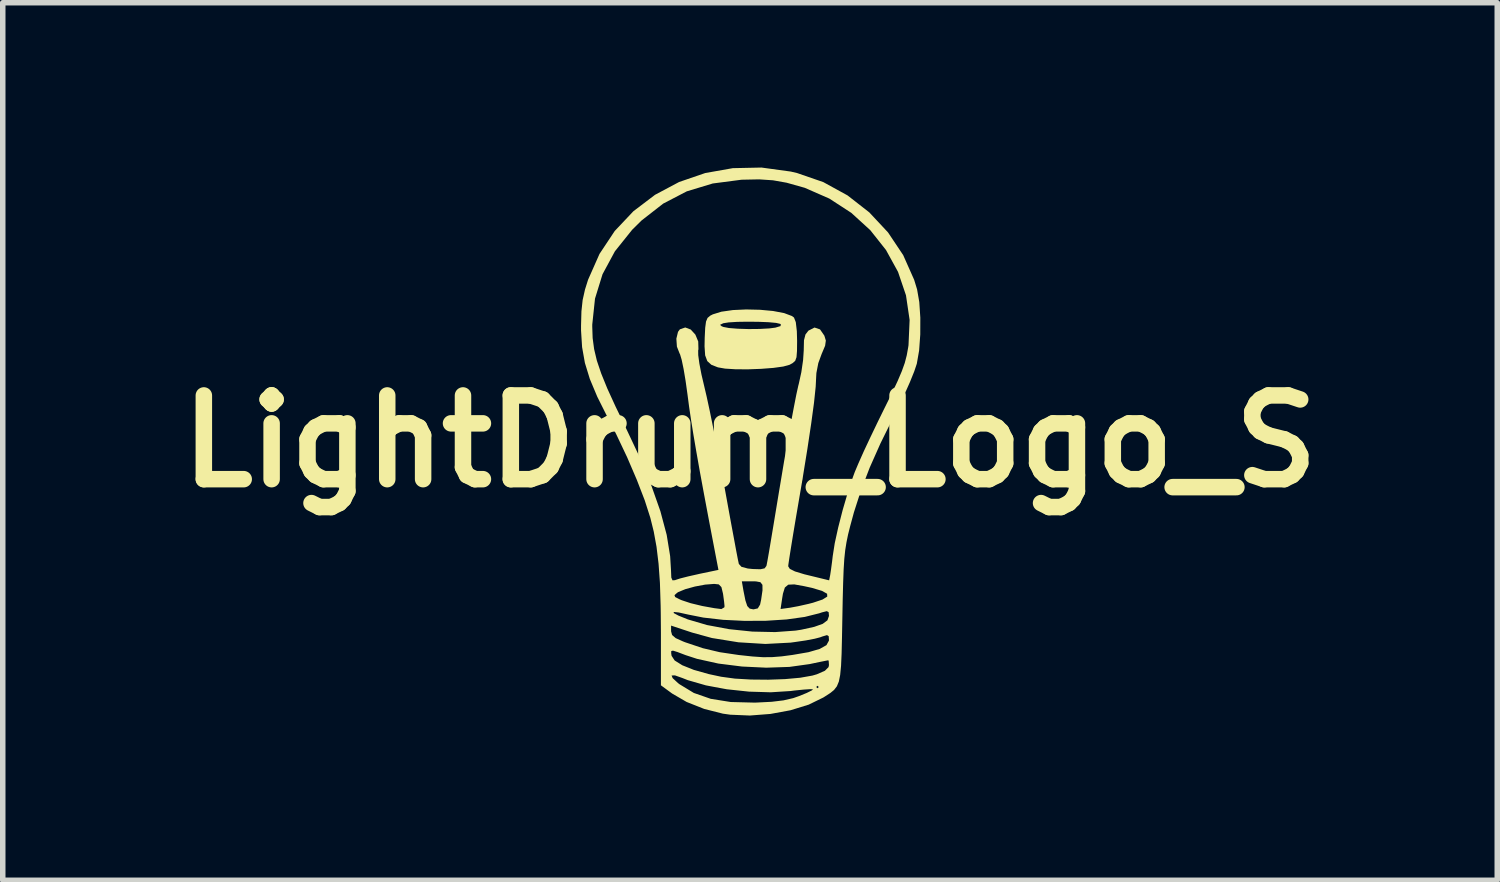
<source format=kicad_pcb>
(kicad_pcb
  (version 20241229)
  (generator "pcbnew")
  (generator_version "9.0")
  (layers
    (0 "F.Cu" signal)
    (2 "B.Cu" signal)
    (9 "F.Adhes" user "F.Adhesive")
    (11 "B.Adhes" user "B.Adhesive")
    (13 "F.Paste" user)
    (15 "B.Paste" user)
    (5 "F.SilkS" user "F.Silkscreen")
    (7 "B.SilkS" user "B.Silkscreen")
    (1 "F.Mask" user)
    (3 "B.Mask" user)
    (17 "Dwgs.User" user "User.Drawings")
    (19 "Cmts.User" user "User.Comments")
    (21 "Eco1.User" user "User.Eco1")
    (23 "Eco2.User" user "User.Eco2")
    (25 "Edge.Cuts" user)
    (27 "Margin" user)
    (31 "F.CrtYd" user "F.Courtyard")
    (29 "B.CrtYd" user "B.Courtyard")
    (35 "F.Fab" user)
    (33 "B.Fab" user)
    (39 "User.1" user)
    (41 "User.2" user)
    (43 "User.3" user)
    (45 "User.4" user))
  (footprint "LightDrum_Logo_S"
    (layer "F.Cu")
    (at 10.603 4.983)
    (property "Reference" "LightDrum_Logo_S" (at 0 0 0) (layer "F.SilkS") (effects (font (size 1.524 1.524) (thickness 0.3))))
    (attr board_only exclude_from_pos_files exclude_from_bom)
    (fp_poly (pts (xy 0.182 -2.394) (xy 0.419 -2.372) (xy 0.62 -2.334) (xy 0.761 -2.281) (xy 0.8 -2.253) (xy 0.833 -2.169) (xy 0.852 -2.006) (xy 0.857 -1.828) (xy 0.855 -1.644) (xy 0.846 -1.531) (xy 0.822 -1.464) (xy 0.775 -1.423) (xy 0.718 -1.392) (xy 0.605 -1.361) (xy 0.425 -1.336) (xy 0.204 -1.319) (xy -0.034 -1.31) (xy -0.261 -1.311) (xy -0.454 -1.323) (xy -0.585 -1.346) (xy -0.704 -1.393) (xy -0.778 -1.46) (xy -0.817 -1.565) (xy -0.828 -1.729) (xy -0.825 -1.884) (xy -0.816 -2.067) (xy -0.809 -2.12) (xy -0.546 -2.12) (xy -0.516 -2.094) (xy -0.483 -2.081) (xy -0.384 -2.062) (xy -0.222 -2.049) (xy -0.026 -2.043) (xy 0.176 -2.045) (xy 0.354 -2.055) (xy 0.461 -2.069) (xy 0.555 -2.097) (xy 0.561 -2.129) (xy 0.548 -2.138) (xy 0.475 -2.155) (xy 0.335 -2.168) (xy 0.153 -2.175) (xy -0.046 -2.177) (xy -0.235 -2.174) (xy -0.391 -2.164) (xy -0.486 -2.149) (xy -0.491 -2.147) (xy -0.546 -2.12) (xy -0.809 -2.12) (xy -0.801 -2.18) (xy -0.773 -2.246) (xy -0.724 -2.287) (xy -0.677 -2.311) (xy -0.521 -2.359) (xy -0.311 -2.389) (xy -0.069 -2.4)) (stroke (width 0) (type solid)) (fill yes) (layer "F.SilkS"))
    (fp_poly (pts (xy 0.742 -4.91) (xy 0.857 -4.883) (xy 1.334 -4.718) (xy 1.775 -4.476) (xy 2.171 -4.167) (xy 2.512 -3.802) (xy 2.788 -3.389) (xy 2.988 -2.939) (xy 3.041 -2.765) (xy 3.081 -2.535) (xy 3.1 -2.25) (xy 3.099 -1.944) (xy 3.078 -1.653) (xy 3.036 -1.412) (xy 2.99 -1.274) (xy 2.91 -1.076) (xy 2.805 -0.84) (xy 2.684 -0.587) (xy 2.618 -0.456) (xy 2.375 0.037) (xy 2.179 0.478) (xy 2.021 0.89) (xy 1.891 1.294) (xy 1.824 1.541) (xy 1.785 1.696) (xy 1.756 1.837) (xy 1.733 1.98) (xy 1.716 2.141) (xy 1.704 2.334) (xy 1.695 2.576) (xy 1.687 2.882) (xy 1.681 3.198) (xy 1.674 3.571) (xy 1.667 3.864) (xy 1.657 4.087) (xy 1.641 4.253) (xy 1.617 4.373) (xy 1.581 4.46) (xy 1.53 4.526) (xy 1.463 4.581) (xy 1.375 4.638) (xy 1.336 4.663) (xy 1.068 4.794) (xy 0.737 4.896) (xy 0.372 4.963) (xy -0.003 4.992) (xy -0.359 4.977) (xy -0.494 4.958) (xy -0.834 4.872) (xy -1.154 4.745) (xy -1.419 4.591) (xy -1.427 4.585) (xy -1.622 4.442) (xy -1.622 4.263) (xy -1.428 4.263) (xy -1.409 4.311) (xy -1.31 4.402) (xy -1.286 4.421) (xy -1.023 4.581) (xy -0.715 4.688) (xy -0.351 4.746) (xy 0.082 4.757) (xy 0.116 4.756) (xy 0.394 4.742) (xy 0.609 4.716) (xy 0.787 4.675) (xy 0.895 4.637) (xy 1.032 4.581) (xy 1.123 4.536) (xy 1.147 4.515) (xy 1.096 4.512) (xy 0.975 4.52) (xy 0.807 4.537) (xy 0.738 4.546) (xy 0.377 4.569) (xy -0.019 4.557) (xy -0.423 4.514) (xy -0.645 4.473) (xy 1.205 4.473) (xy 1.228 4.496) (xy 1.251 4.473) (xy 1.228 4.45) (xy 1.205 4.473) (xy -0.645 4.473) (xy -0.803 4.443) (xy -1.133 4.348) (xy -1.229 4.31) (xy -1.367 4.261) (xy -1.428 4.263) (xy -1.622 4.263) (xy -1.622 3.859) (xy -1.435 3.859) (xy -1.428 3.905) (xy -1.372 3.99) (xy -1.233 4.077) (xy -1.023 4.161) (xy -0.75 4.238) (xy -0.525 4.286) (xy -0.275 4.32) (xy 0.019 4.337) (xy 0.331 4.34) (xy 0.638 4.329) (xy 0.914 4.304) (xy 1.135 4.265) (xy 1.217 4.241) (xy 1.363 4.177) (xy 1.429 4.111) (xy 1.437 4.074) (xy 1.432 4.001) (xy 1.425 3.986) (xy 1.378 3.995) (xy 1.263 4.018) (xy 1.106 4.051) (xy 1.089 4.055) (xy 0.716 4.107) (xy 0.295 4.121) (xy -0.146 4.1) (xy -0.576 4.046) (xy -0.965 3.96) (xy -1.171 3.893) (xy -1.321 3.836) (xy -1.402 3.811) (xy -1.434 3.818) (xy -1.435 3.859) (xy -1.622 3.859) (xy -1.622 3.483) (xy -1.623 3.355) (xy -1.437 3.355) (xy -1.437 3.459) (xy -1.419 3.526) (xy -1.353 3.583) (xy -1.22 3.643) (xy -1.182 3.658) (xy -0.86 3.766) (xy -0.552 3.839) (xy -0.208 3.89) (xy 0.042 3.917) (xy 0.234 3.93) (xy 0.401 3.929) (xy 0.577 3.915) (xy 0.773 3.889) (xy 1.064 3.839) (xy 1.268 3.78) (xy 1.391 3.711) (xy 1.436 3.629) (xy 1.437 3.618) (xy 1.432 3.547) (xy 1.401 3.528) (xy 1.317 3.553) (xy 1.277 3.568) (xy 1.177 3.594) (xy 1.015 3.625) (xy 0.818 3.654) (xy 0.738 3.665) (xy 0.28 3.689) (xy -0.21 3.659) (xy -0.693 3.581) (xy -1.054 3.482) (xy -1.437 3.355) (xy -1.623 3.355) (xy -1.625 3.126) (xy -1.39 3.126) (xy -1.305 3.172) (xy -1.133 3.242) (xy -1.13 3.243) (xy -0.782 3.345) (xy -0.381 3.42) (xy 0.042 3.464) (xy 0.457 3.473) (xy 0.829 3.446) (xy 0.932 3.43) (xy 1.168 3.378) (xy 1.323 3.323) (xy 1.409 3.259) (xy 1.437 3.18) (xy 1.437 3.175) (xy 1.431 3.11) (xy 1.397 3.092) (xy 1.31 3.114) (xy 1.26 3.131) (xy 0.996 3.197) (xy 0.666 3.243) (xy 0.292 3.267) (xy -0.101 3.269) (xy -0.489 3.25) (xy -0.849 3.209) (xy -1.121 3.155) (xy -1.298 3.116) (xy -1.387 3.107) (xy -1.39 3.126) (xy -1.625 3.126) (xy -1.627 2.994) (xy -1.633 2.801) (xy -1.375 2.801) (xy -1.363 2.835) (xy -1.279 2.878) (xy -1.241 2.894) (xy -1.081 2.947) (xy -0.87 2.998) (xy -0.648 3.038) (xy -0.521 3.054) (xy -0.468 3.023) (xy -0.464 3.001) (xy -0.472 2.92) (xy -0.489 2.793) (xy -0.493 2.769) (xy -0.521 2.654) (xy -0.569 2.605) (xy -0.653 2.596) (xy -0.817 2.609) (xy -1.004 2.644) (xy -1.178 2.692) (xy -1.305 2.744) (xy -1.327 2.758) (xy -1.375 2.801) (xy -1.633 2.801) (xy -1.64 2.581) (xy -1.642 2.549) (xy -0.149 2.549) (xy -0.119 2.723) (xy -0.084 2.897) (xy -0.05 2.999) (xy -0.006 3.046) (xy 0.058 3.059) (xy 0.067 3.059) (xy 0.092 3.053) (xy 0.556 3.053) (xy 0.73 3.029) (xy 0.881 3.001) (xy 1.063 2.96) (xy 1.145 2.939) (xy 1.319 2.881) (xy 1.406 2.827) (xy 1.403 2.775) (xy 1.31 2.723) (xy 1.126 2.668) (xy 0.984 2.637) (xy 0.806 2.605) (xy 0.696 2.61) (xy 0.634 2.662) (xy 0.599 2.774) (xy 0.585 2.859) (xy 0.556 3.053) (xy 0.092 3.053) (xy 0.141 3.042) (xy 0.183 2.973) (xy 0.202 2.885) (xy 0.227 2.713) (xy 0.226 2.613) (xy 0.189 2.565) (xy 0.107 2.55) (xy 0.041 2.549) (xy -0.149 2.549) (xy -1.642 2.549) (xy -1.665 2.229) (xy -1.702 1.921) (xy -1.753 1.642) (xy -1.815 1.392) (xy -1.917 1.074) (xy -2.061 0.701) (xy -2.236 0.293) (xy -2.435 -0.127) (xy -2.595 -0.44) (xy -2.781 -0.812) (xy -2.916 -1.134) (xy -3.006 -1.427) (xy -3.057 -1.714) (xy -3.076 -2.017) (xy -3.076 -2.086) (xy -2.872 -2.086) (xy -2.865 -1.879) (xy -2.838 -1.678) (xy -2.788 -1.468) (xy -2.709 -1.234) (xy -2.598 -0.961) (xy -2.448 -0.633) (xy -2.308 -0.345) (xy -2.025 0.255) (xy -1.801 0.792) (xy -1.632 1.272) (xy -1.517 1.703) (xy -1.454 2.091) (xy -1.438 2.357) (xy -1.433 2.481) (xy -1.411 2.531) (xy -1.365 2.528) (xy -1.356 2.524) (xy -1.273 2.497) (xy -1.128 2.46) (xy -0.95 2.42) (xy -0.925 2.414) (xy -0.575 2.341) (xy -0.633 2.039) (xy -0.743 1.464) (xy -0.836 0.97) (xy -0.914 0.548) (xy -0.978 0.186) (xy -1.031 -0.124) (xy -1.074 -0.392) (xy -1.109 -0.628) (xy -1.137 -0.842) (xy -1.139 -0.857) (xy -1.173 -1.1) (xy -1.209 -1.315) (xy -1.244 -1.483) (xy -1.274 -1.584) (xy -1.282 -1.598) (xy -1.331 -1.723) (xy -1.341 -1.868) (xy -1.311 -1.992) (xy -1.277 -2.038) (xy -1.179 -2.072) (xy -1.079 -2.034) (xy -0.995 -1.942) (xy -0.943 -1.817) (xy -0.939 -1.676) (xy -0.944 -1.654) (xy -0.943 -1.568) (xy -0.922 -1.414) (xy -0.884 -1.216) (xy -0.835 -1.008) (xy -0.79 -0.816) (xy -0.733 -0.552) (xy -0.668 -0.233) (xy -0.598 0.122) (xy -0.527 0.494) (xy -0.463 0.842) (xy -0.401 1.183) (xy -0.344 1.495) (xy -0.293 1.768) (xy -0.252 1.99) (xy -0.222 2.146) (xy -0.205 2.226) (xy -0.204 2.232) (xy -0.156 2.285) (xy -0.04 2.316) (xy 0.05 2.325) (xy 0.191 2.329) (xy 0.265 2.313) (xy 0.298 2.269) (xy 0.303 2.248) (xy 0.316 2.18) (xy 0.342 2.033) (xy 0.378 1.819) (xy 0.423 1.549) (xy 0.475 1.235) (xy 0.532 0.89) (xy 0.557 0.742) (xy 0.619 0.37) (xy 0.682 0.01) (xy 0.742 -0.324) (xy 0.797 -0.616) (xy 0.843 -0.851) (xy 0.879 -1.014) (xy 0.887 -1.043) (xy 0.934 -1.258) (xy 0.966 -1.478) (xy 0.978 -1.659) (xy 0.978 -1.672) (xy 0.982 -1.839) (xy 1.009 -1.944) (xy 1.063 -2.014) (xy 1.174 -2.071) (xy 1.274 -2.037) (xy 1.353 -1.923) (xy 1.38 -1.834) (xy 1.367 -1.74) (xy 1.31 -1.604) (xy 1.306 -1.596) (xy 1.243 -1.424) (xy 1.208 -1.243) (xy 1.205 -1.189) (xy 1.195 -0.992) (xy 1.165 -0.704) (xy 1.114 -0.327) (xy 1.044 0.14) (xy 0.954 0.696) (xy 0.883 1.112) (xy 0.83 1.422) (xy 0.783 1.704) (xy 0.744 1.944) (xy 0.715 2.128) (xy 0.698 2.244) (xy 0.695 2.276) (xy 0.724 2.322) (xy 0.818 2.369) (xy 0.989 2.421) (xy 1.067 2.44) (xy 1.44 2.531) (xy 1.459 2.436) (xy 1.474 2.337) (xy 1.494 2.186) (xy 1.506 2.086) (xy 1.542 1.856) (xy 1.605 1.569) (xy 1.686 1.253) (xy 1.778 0.938) (xy 1.873 0.651) (xy 1.908 0.556) (xy 1.974 0.4) (xy 2.071 0.182) (xy 2.192 -0.076) (xy 2.325 -0.353) (xy 2.436 -0.579) (xy 2.58 -0.87) (xy 2.687 -1.097) (xy 2.763 -1.276) (xy 2.817 -1.427) (xy 2.853 -1.566) (xy 2.879 -1.71) (xy 2.885 -1.75) (xy 2.905 -2.209) (xy 2.839 -2.657) (xy 2.694 -3.084) (xy 2.475 -3.482) (xy 2.189 -3.843) (xy 1.844 -4.158) (xy 1.444 -4.418) (xy 0.997 -4.614) (xy 0.666 -4.707) (xy 0.418 -4.751) (xy 0.166 -4.768) (xy -0.132 -4.762) (xy -0.158 -4.761) (xy -0.679 -4.693) (xy -1.151 -4.55) (xy -1.58 -4.327) (xy -1.974 -4.02) (xy -2.146 -3.85) (xy -2.46 -3.458) (xy -2.685 -3.041) (xy -2.822 -2.597) (xy -2.872 -2.124) (xy -2.872 -2.086) (xy -3.076 -2.086) (xy -3.076 -2.109) (xy -3.069 -2.366) (xy -3.047 -2.571) (xy -3.004 -2.763) (xy -2.948 -2.941) (xy -2.74 -3.411) (xy -2.463 -3.828) (xy -2.123 -4.188) (xy -1.729 -4.487) (xy -1.291 -4.72) (xy -0.816 -4.883) (xy -0.313 -4.972) (xy 0.209 -4.983)) (stroke (width 0) (type solid)) (fill yes) (layer "F.SilkS")))
  (gr_rect
    (start -3 -3)
    (end 24.205 12.974)
    (stroke (width 0.1) (type default))
    (fill no)
    (layer "Edge.Cuts")))
</source>
